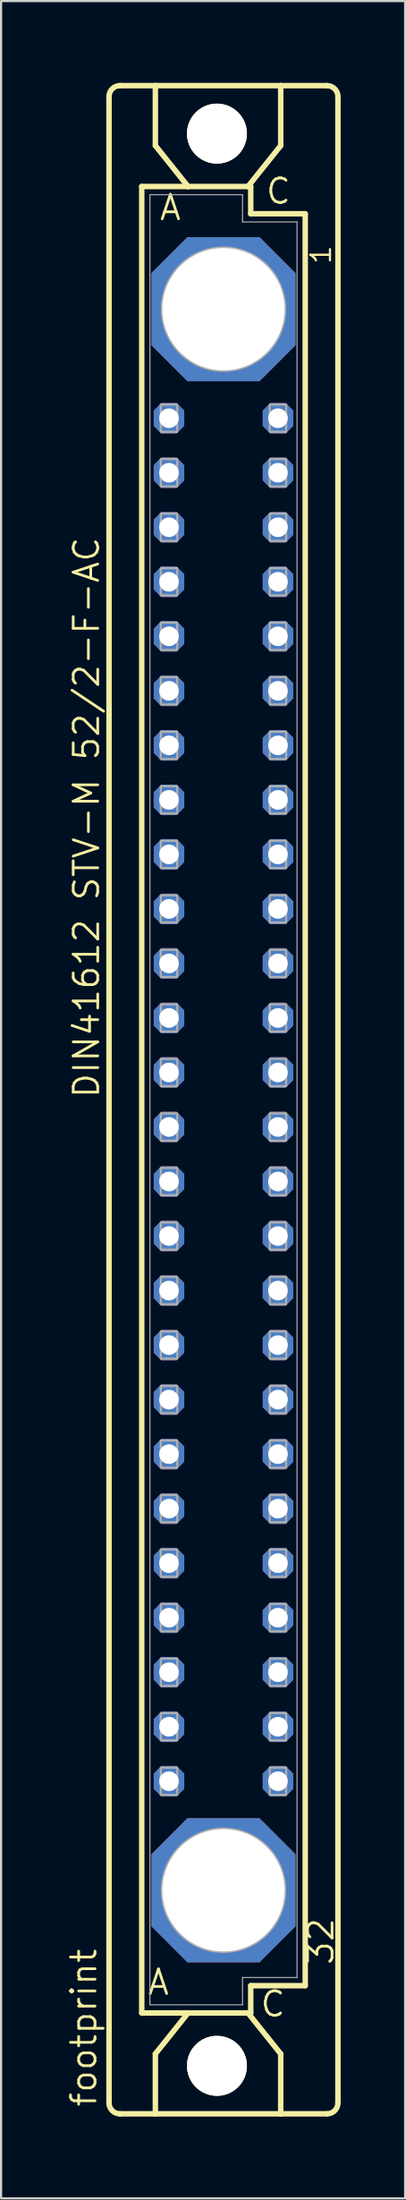
<source format=kicad_pcb>
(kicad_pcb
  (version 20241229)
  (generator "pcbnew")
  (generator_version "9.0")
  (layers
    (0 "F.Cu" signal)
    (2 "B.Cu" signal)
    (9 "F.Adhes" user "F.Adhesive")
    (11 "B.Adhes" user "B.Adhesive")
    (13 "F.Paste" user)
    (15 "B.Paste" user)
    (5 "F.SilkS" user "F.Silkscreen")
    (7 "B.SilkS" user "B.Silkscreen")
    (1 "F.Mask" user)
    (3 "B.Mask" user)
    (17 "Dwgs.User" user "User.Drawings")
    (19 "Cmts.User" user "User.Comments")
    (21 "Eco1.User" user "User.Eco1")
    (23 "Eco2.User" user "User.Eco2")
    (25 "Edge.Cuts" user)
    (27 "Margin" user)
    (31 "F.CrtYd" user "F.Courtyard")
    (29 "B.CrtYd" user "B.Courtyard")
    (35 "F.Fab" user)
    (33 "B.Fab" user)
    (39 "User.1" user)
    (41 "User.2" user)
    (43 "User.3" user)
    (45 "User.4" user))
  (footprint "footprint"
    (layer "F.Cu")
    (at 7.366 48.184)
    (property "Reference" "footprint" (at -5.842 46.99 90) (layer "F.SilkS") (effects (font (size 1.143 1.143) (thickness 0.127)) (justify left bottom)))
    (fp_line (start -5.334 46.736) (end -5.334 -46.736) (stroke (width 0.254) (type solid)) (layer "F.SilkS"))
    (fp_line (start -4.826 -47.244) (end -3.175 -47.244) (stroke (width 0.254) (type solid)) (layer "F.SilkS"))
    (fp_line (start -4.826 47.244) (end -3.175 47.244) (stroke (width 0.254) (type solid)) (layer "F.SilkS"))
    (fp_line (start -3.81 -42.545) (end -3.81 42.545) (stroke (width 0.254) (type solid)) (layer "F.SilkS"))
    (fp_line (start -3.81 42.545) (end -1.651 42.545) (stroke (width 0.254) (type solid)) (layer "F.SilkS"))
    (fp_line (start -3.175 -47.244) (end -3.175 -44.45) (stroke (width 0.254) (type solid)) (layer "F.SilkS"))
    (fp_line (start -3.175 47.244) (end -3.175 44.45) (stroke (width 0.254) (type solid)) (layer "F.SilkS"))
    (fp_line (start -3.175 47.244) (end 2.667 47.244) (stroke (width 0.254) (type solid)) (layer "F.SilkS"))
    (fp_line (start -1.651 -42.545) (end -3.81 -42.545) (stroke (width 0.254) (type solid)) (layer "F.SilkS"))
    (fp_line (start -1.651 -42.545) (end -3.175 -44.45) (stroke (width 0.254) (type solid)) (layer "F.SilkS"))
    (fp_line (start -1.651 42.545) (end -3.175 44.45) (stroke (width 0.254) (type solid)) (layer "F.SilkS"))
    (fp_line (start -1.651 42.545) (end 1.143 42.545) (stroke (width 0.254) (type solid)) (layer "F.SilkS"))
    (fp_line (start 1.143 -42.545) (end -1.651 -42.545) (stroke (width 0.254) (type solid)) (layer "F.SilkS"))
    (fp_line (start 1.143 -42.545) (end 2.667 -44.45) (stroke (width 0.254) (type solid)) (layer "F.SilkS"))
    (fp_line (start 1.143 42.545) (end 1.27 42.545) (stroke (width 0.254) (type solid)) (layer "F.SilkS"))
    (fp_line (start 1.143 42.545) (end 2.667 44.45) (stroke (width 0.254) (type solid)) (layer "F.SilkS"))
    (fp_line (start 1.27 -42.545) (end 1.143 -42.545) (stroke (width 0.254) (type solid)) (layer "F.SilkS"))
    (fp_line (start 1.27 -41.275) (end 1.27 -42.545) (stroke (width 0.254) (type solid)) (layer "F.SilkS"))
    (fp_line (start 1.27 41.275) (end 3.81 41.275) (stroke (width 0.254) (type solid)) (layer "F.SilkS"))
    (fp_line (start 1.27 42.545) (end 1.27 41.275) (stroke (width 0.254) (type solid)) (layer "F.SilkS"))
    (fp_line (start 2.667 -47.244) (end -3.175 -47.244) (stroke (width 0.254) (type solid)) (layer "F.SilkS"))
    (fp_line (start 2.667 -47.244) (end 2.667 -44.45) (stroke (width 0.254) (type solid)) (layer "F.SilkS"))
    (fp_line (start 2.667 47.244) (end 2.667 44.45) (stroke (width 0.254) (type solid)) (layer "F.SilkS"))
    (fp_line (start 2.667 47.244) (end 4.826 47.244) (stroke (width 0.254) (type solid)) (layer "F.SilkS"))
    (fp_line (start 3.81 -41.275) (end 1.27 -41.275) (stroke (width 0.254) (type solid)) (layer "F.SilkS"))
    (fp_line (start 3.81 41.275) (end 3.81 -41.275) (stroke (width 0.254) (type solid)) (layer "F.SilkS"))
    (fp_line (start 4.826 -47.244) (end 2.667 -47.244) (stroke (width 0.254) (type solid)) (layer "F.SilkS"))
    (fp_line (start 5.334 46.736) (end 5.334 -46.736) (stroke (width 0.254) (type solid)) (layer "F.SilkS"))
    (fp_arc (start -5.334 -46.736) (mid -5.18521 -47.09521) (end -4.826 -47.244) (stroke (width 0.254) (type solid)) (layer "F.SilkS"))
    (fp_arc (start -4.826 47.244) (mid -5.18521 47.09521) (end -5.334 46.736) (stroke (width 0.254) (type solid)) (layer "F.SilkS"))
    (fp_arc (start 4.826 -47.244) (mid 5.18521 -47.09521) (end 5.334 -46.736) (stroke (width 0.254) (type solid)) (layer "F.SilkS"))
    (fp_arc (start 5.334 46.736) (mid 5.18521 47.09521) (end 4.826 47.244) (stroke (width 0.254) (type solid)) (layer "F.SilkS"))
    (fp_circle (center -0.305 -45.009) (end 0.965 -45.009) (stroke (width 0.254) (type solid)) (fill no) (layer "F.SilkS"))
    (fp_circle (center -0.305 45.009) (end 0.965 45.009) (stroke (width 0.254) (type solid)) (fill no) (layer "F.SilkS"))
    (fp_line (start -3.429 -42.164) (end -3.429 42.164) (stroke (width 0.051) (type solid)) (layer "F.Fab"))
    (fp_line (start -3.429 -42.164) (end 0.889 -42.164) (stroke (width 0.051) (type solid)) (layer "F.Fab"))
    (fp_line (start -3.429 42.164) (end 0.889 42.164) (stroke (width 0.051) (type solid)) (layer "F.Fab"))
    (fp_line (start 0.889 -42.164) (end 0.889 -40.894) (stroke (width 0.051) (type solid)) (layer "F.Fab"))
    (fp_line (start 0.889 -40.894) (end 3.429 -40.894) (stroke (width 0.051) (type solid)) (layer "F.Fab"))
    (fp_line (start 0.889 40.894) (end 3.429 40.894) (stroke (width 0.051) (type solid)) (layer "F.Fab"))
    (fp_line (start 0.889 42.164) (end 0.889 40.894) (stroke (width 0.051) (type solid)) (layer "F.Fab"))
    (fp_line (start 3.429 -40.894) (end 3.429 40.894) (stroke (width 0.051) (type solid)) (layer "F.Fab"))
    (fp_circle (center 0 -36.83) (end 2.794 -36.83) (stroke (width 0.254) (type solid)) (fill no) (layer "F.Fab"))
    (fp_circle (center 0 36.83) (end 2.794 36.83) (stroke (width 0.254) (type solid)) (fill no) (layer "F.Fab"))
    (fp_poly (pts (xy -2.921 -31.115) (xy -2.159 -31.115) (xy -2.159 -32.385) (xy -2.921 -32.385)) (stroke (width 0.1) (type solid)) (fill no) (layer "F.Fab"))
    (fp_poly (pts (xy -2.921 -28.575) (xy -2.159 -28.575) (xy -2.159 -29.845) (xy -2.921 -29.845)) (stroke (width 0.1) (type solid)) (fill no) (layer "F.Fab"))
    (fp_poly (pts (xy -2.921 -26.035) (xy -2.159 -26.035) (xy -2.159 -27.305) (xy -2.921 -27.305)) (stroke (width 0.1) (type solid)) (fill no) (layer "F.Fab"))
    (fp_poly (pts (xy -2.921 -23.495) (xy -2.159 -23.495) (xy -2.159 -24.765) (xy -2.921 -24.765)) (stroke (width 0.1) (type solid)) (fill no) (layer "F.Fab"))
    (fp_poly (pts (xy -2.921 -20.955) (xy -2.159 -20.955) (xy -2.159 -22.225) (xy -2.921 -22.225)) (stroke (width 0.1) (type solid)) (fill no) (layer "F.Fab"))
    (fp_poly (pts (xy -2.921 -18.415) (xy -2.159 -18.415) (xy -2.159 -19.685) (xy -2.921 -19.685)) (stroke (width 0.1) (type solid)) (fill no) (layer "F.Fab"))
    (fp_poly (pts (xy -2.921 -15.875) (xy -2.159 -15.875) (xy -2.159 -17.145) (xy -2.921 -17.145)) (stroke (width 0.1) (type solid)) (fill no) (layer "F.Fab"))
    (fp_poly (pts (xy -2.921 -13.335) (xy -2.159 -13.335) (xy -2.159 -14.605) (xy -2.921 -14.605)) (stroke (width 0.1) (type solid)) (fill no) (layer "F.Fab"))
    (fp_poly (pts (xy -2.921 -10.795) (xy -2.159 -10.795) (xy -2.159 -12.065) (xy -2.921 -12.065)) (stroke (width 0.1) (type solid)) (fill no) (layer "F.Fab"))
    (fp_poly (pts (xy -2.921 -8.255) (xy -2.159 -8.255) (xy -2.159 -9.525) (xy -2.921 -9.525)) (stroke (width 0.1) (type solid)) (fill no) (layer "F.Fab"))
    (fp_poly (pts (xy -2.921 -5.715) (xy -2.159 -5.715) (xy -2.159 -6.985) (xy -2.921 -6.985)) (stroke (width 0.1) (type solid)) (fill no) (layer "F.Fab"))
    (fp_poly (pts (xy -2.921 -3.175) (xy -2.159 -3.175) (xy -2.159 -4.445) (xy -2.921 -4.445)) (stroke (width 0.1) (type solid)) (fill no) (layer "F.Fab"))
    (fp_poly (pts (xy -2.921 -0.635) (xy -2.159 -0.635) (xy -2.159 -1.905) (xy -2.921 -1.905)) (stroke (width 0.1) (type solid)) (fill no) (layer "F.Fab"))
    (fp_poly (pts (xy -2.921 1.905) (xy -2.159 1.905) (xy -2.159 0.635) (xy -2.921 0.635)) (stroke (width 0.1) (type solid)) (fill no) (layer "F.Fab"))
    (fp_poly (pts (xy -2.921 4.445) (xy -2.159 4.445) (xy -2.159 3.175) (xy -2.921 3.175)) (stroke (width 0.1) (type solid)) (fill no) (layer "F.Fab"))
    (fp_poly (pts (xy -2.921 6.985) (xy -2.159 6.985) (xy -2.159 5.715) (xy -2.921 5.715)) (stroke (width 0.1) (type solid)) (fill no) (layer "F.Fab"))
    (fp_poly (pts (xy -2.921 9.525) (xy -2.159 9.525) (xy -2.159 8.255) (xy -2.921 8.255)) (stroke (width 0.1) (type solid)) (fill no) (layer "F.Fab"))
    (fp_poly (pts (xy -2.921 12.065) (xy -2.159 12.065) (xy -2.159 10.795) (xy -2.921 10.795)) (stroke (width 0.1) (type solid)) (fill no) (layer "F.Fab"))
    (fp_poly (pts (xy -2.921 14.605) (xy -2.159 14.605) (xy -2.159 13.335) (xy -2.921 13.335)) (stroke (width 0.1) (type solid)) (fill no) (layer "F.Fab"))
    (fp_poly (pts (xy -2.921 17.145) (xy -2.159 17.145) (xy -2.159 15.875) (xy -2.921 15.875)) (stroke (width 0.1) (type solid)) (fill no) (layer "F.Fab"))
    (fp_poly (pts (xy -2.921 19.685) (xy -2.159 19.685) (xy -2.159 18.415) (xy -2.921 18.415)) (stroke (width 0.1) (type solid)) (fill no) (layer "F.Fab"))
    (fp_poly (pts (xy -2.921 22.225) (xy -2.159 22.225) (xy -2.159 20.955) (xy -2.921 20.955)) (stroke (width 0.1) (type solid)) (fill no) (layer "F.Fab"))
    (fp_poly (pts (xy -2.921 24.765) (xy -2.159 24.765) (xy -2.159 23.495) (xy -2.921 23.495)) (stroke (width 0.1) (type solid)) (fill no) (layer "F.Fab"))
    (fp_poly (pts (xy -2.921 27.305) (xy -2.159 27.305) (xy -2.159 26.035) (xy -2.921 26.035)) (stroke (width 0.1) (type solid)) (fill no) (layer "F.Fab"))
    (fp_poly (pts (xy -2.921 29.845) (xy -2.159 29.845) (xy -2.159 28.575) (xy -2.921 28.575)) (stroke (width 0.1) (type solid)) (fill no) (layer "F.Fab"))
    (fp_poly (pts (xy -2.921 32.385) (xy -2.159 32.385) (xy -2.159 31.115) (xy -2.921 31.115)) (stroke (width 0.1) (type solid)) (fill no) (layer "F.Fab"))
    (fp_poly (pts (xy 2.159 -31.115) (xy 2.921 -31.115) (xy 2.921 -32.385) (xy 2.159 -32.385)) (stroke (width 0.1) (type solid)) (fill no) (layer "F.Fab"))
    (fp_poly (pts (xy 2.159 -28.575) (xy 2.921 -28.575) (xy 2.921 -29.845) (xy 2.159 -29.845)) (stroke (width 0.1) (type solid)) (fill no) (layer "F.Fab"))
    (fp_poly (pts (xy 2.159 -26.035) (xy 2.921 -26.035) (xy 2.921 -27.305) (xy 2.159 -27.305)) (stroke (width 0.1) (type solid)) (fill no) (layer "F.Fab"))
    (fp_poly (pts (xy 2.159 -23.495) (xy 2.921 -23.495) (xy 2.921 -24.765) (xy 2.159 -24.765)) (stroke (width 0.1) (type solid)) (fill no) (layer "F.Fab"))
    (fp_poly (pts (xy 2.159 -20.955) (xy 2.921 -20.955) (xy 2.921 -22.225) (xy 2.159 -22.225)) (stroke (width 0.1) (type solid)) (fill no) (layer "F.Fab"))
    (fp_poly (pts (xy 2.159 -18.415) (xy 2.921 -18.415) (xy 2.921 -19.685) (xy 2.159 -19.685)) (stroke (width 0.1) (type solid)) (fill no) (layer "F.Fab"))
    (fp_poly (pts (xy 2.159 -15.875) (xy 2.921 -15.875) (xy 2.921 -17.145) (xy 2.159 -17.145)) (stroke (width 0.1) (type solid)) (fill no) (layer "F.Fab"))
    (fp_poly (pts (xy 2.159 -13.335) (xy 2.921 -13.335) (xy 2.921 -14.605) (xy 2.159 -14.605)) (stroke (width 0.1) (type solid)) (fill no) (layer "F.Fab"))
    (fp_poly (pts (xy 2.159 -10.795) (xy 2.921 -10.795) (xy 2.921 -12.065) (xy 2.159 -12.065)) (stroke (width 0.1) (type solid)) (fill no) (layer "F.Fab"))
    (fp_poly (pts (xy 2.159 -8.255) (xy 2.921 -8.255) (xy 2.921 -9.525) (xy 2.159 -9.525)) (stroke (width 0.1) (type solid)) (fill no) (layer "F.Fab"))
    (fp_poly (pts (xy 2.159 -5.715) (xy 2.921 -5.715) (xy 2.921 -6.985) (xy 2.159 -6.985)) (stroke (width 0.1) (type solid)) (fill no) (layer "F.Fab"))
    (fp_poly (pts (xy 2.159 -3.175) (xy 2.921 -3.175) (xy 2.921 -4.445) (xy 2.159 -4.445)) (stroke (width 0.1) (type solid)) (fill no) (layer "F.Fab"))
    (fp_poly (pts (xy 2.159 -0.635) (xy 2.921 -0.635) (xy 2.921 -1.905) (xy 2.159 -1.905)) (stroke (width 0.1) (type solid)) (fill no) (layer "F.Fab"))
    (fp_poly (pts (xy 2.159 1.905) (xy 2.921 1.905) (xy 2.921 0.635) (xy 2.159 0.635)) (stroke (width 0.1) (type solid)) (fill no) (layer "F.Fab"))
    (fp_poly (pts (xy 2.159 4.445) (xy 2.921 4.445) (xy 2.921 3.175) (xy 2.159 3.175)) (stroke (width 0.1) (type solid)) (fill no) (layer "F.Fab"))
    (fp_poly (pts (xy 2.159 6.985) (xy 2.921 6.985) (xy 2.921 5.715) (xy 2.159 5.715)) (stroke (width 0.1) (type solid)) (fill no) (layer "F.Fab"))
    (fp_poly (pts (xy 2.159 9.525) (xy 2.921 9.525) (xy 2.921 8.255) (xy 2.159 8.255)) (stroke (width 0.1) (type solid)) (fill no) (layer "F.Fab"))
    (fp_poly (pts (xy 2.159 12.065) (xy 2.921 12.065) (xy 2.921 10.795) (xy 2.159 10.795)) (stroke (width 0.1) (type solid)) (fill no) (layer "F.Fab"))
    (fp_poly (pts (xy 2.159 14.605) (xy 2.921 14.605) (xy 2.921 13.335) (xy 2.159 13.335)) (stroke (width 0.1) (type solid)) (fill no) (layer "F.Fab"))
    (fp_poly (pts (xy 2.159 17.145) (xy 2.921 17.145) (xy 2.921 15.875) (xy 2.159 15.875)) (stroke (width 0.1) (type solid)) (fill no) (layer "F.Fab"))
    (fp_poly (pts (xy 2.159 19.685) (xy 2.921 19.685) (xy 2.921 18.415) (xy 2.159 18.415)) (stroke (width 0.1) (type solid)) (fill no) (layer "F.Fab"))
    (fp_poly (pts (xy 2.159 22.225) (xy 2.921 22.225) (xy 2.921 20.955) (xy 2.159 20.955)) (stroke (width 0.1) (type solid)) (fill no) (layer "F.Fab"))
    (fp_poly (pts (xy 2.159 24.765) (xy 2.921 24.765) (xy 2.921 23.495) (xy 2.159 23.495)) (stroke (width 0.1) (type solid)) (fill no) (layer "F.Fab"))
    (fp_poly (pts (xy 2.159 27.305) (xy 2.921 27.305) (xy 2.921 26.035) (xy 2.159 26.035)) (stroke (width 0.1) (type solid)) (fill no) (layer "F.Fab"))
    (fp_poly (pts (xy 2.159 29.845) (xy 2.921 29.845) (xy 2.921 28.575) (xy 2.159 28.575)) (stroke (width 0.1) (type solid)) (fill no) (layer "F.Fab"))
    (fp_poly (pts (xy 2.159 32.385) (xy 2.921 32.385) (xy 2.921 31.115) (xy 2.159 31.115)) (stroke (width 0.1) (type solid)) (fill no) (layer "F.Fab"))
    (fp_text user " A " (at -4.475 41.783 0) (layer "F.SilkS") (effects (font (size 1.143 1.143) (thickness 0.127)) (justify left bottom)))
    (fp_text user "1" (at 5.08 -38.862 90) (layer "F.SilkS") (effects (font (size 0.914 0.914) (thickness 0.102)) (justify left bottom)))
    (fp_text user "A" (at -3.048 -40.894 0) (layer "F.SilkS") (effects (font (size 1.143 1.143) (thickness 0.127)) (justify left bottom)))
    (fp_text user "C" (at 1.905 -41.656 0) (layer "F.SilkS") (effects (font (size 1.143 1.143) (thickness 0.127)) (justify left bottom)))
    (fp_text user " C " (at 0.778 42.799 0) (layer "F.SilkS") (effects (font (size 1.143 1.143) (thickness 0.127)) (justify left bottom)))
    (fp_text user "32" (at 5.207 40.386 90) (layer "F.SilkS") (effects (font (size 1.143 1.143) (thickness 0.127)) (justify left bottom)))
    (fp_text user "DIN41612 STV-M 52/2-F-AC" (at -5.715 0 90) (layer "F.SilkS") (effects (font (size 1.143 1.143) (thickness 0.127)) (justify left bottom)))
    (pad "" np_thru_hole circle (at -0.305 -45.009) (size 2.794 2.794) (drill 2.794) (layers "*.Cu" "*.Mask"))
    (pad "" np_thru_hole circle (at -0.305 45.009) (size 2.794 2.794) (drill 2.794) (layers "*.Cu" "*.Mask"))
    (pad "1" thru_hole roundrect (at 0 -36.83) (size 6.716 6.716) (drill 5.7) (layers "*.Cu" "*.Mask") (roundrect_rratio 0.25) (chamfer_ratio 0.25) (chamfer top_left top_right bottom_left bottom_right))
    (pad "2" thru_hole roundrect (at 0 36.83) (size 6.716 6.716) (drill 5.7) (layers "*.Cu" "*.Mask") (roundrect_rratio 0.25) (chamfer_ratio 0.25) (chamfer top_left top_right bottom_left bottom_right))
    (pad "A4" thru_hole roundrect (at -2.54 -31.75) (size 1.422 1.422) (drill 0.914) (layers "*.Cu" "*.Mask") (roundrect_rratio 0.25) (chamfer_ratio 0.25) (chamfer top_left top_right bottom_left bottom_right))
    (pad "A5" thru_hole roundrect (at -2.54 -29.21) (size 1.422 1.422) (drill 0.914) (layers "*.Cu" "*.Mask") (roundrect_rratio 0.25) (chamfer_ratio 0.25) (chamfer top_left top_right bottom_left bottom_right))
    (pad "A6" thru_hole roundrect (at -2.54 -26.67) (size 1.422 1.422) (drill 0.914) (layers "*.Cu" "*.Mask") (roundrect_rratio 0.25) (chamfer_ratio 0.25) (chamfer top_left top_right bottom_left bottom_right))
    (pad "A7" thru_hole roundrect (at -2.54 -24.13) (size 1.422 1.422) (drill 0.914) (layers "*.Cu" "*.Mask") (roundrect_rratio 0.25) (chamfer_ratio 0.25) (chamfer top_left top_right bottom_left bottom_right))
    (pad "A8" thru_hole roundrect (at -2.54 -21.59) (size 1.422 1.422) (drill 0.914) (layers "*.Cu" "*.Mask") (roundrect_rratio 0.25) (chamfer_ratio 0.25) (chamfer top_left top_right bottom_left bottom_right))
    (pad "A9" thru_hole roundrect (at -2.54 -19.05) (size 1.422 1.422) (drill 0.914) (layers "*.Cu" "*.Mask") (roundrect_rratio 0.25) (chamfer_ratio 0.25) (chamfer top_left top_right bottom_left bottom_right))
    (pad "A10" thru_hole roundrect (at -2.54 -16.51) (size 1.422 1.422) (drill 0.914) (layers "*.Cu" "*.Mask") (roundrect_rratio 0.25) (chamfer_ratio 0.25) (chamfer top_left top_right bottom_left bottom_right))
    (pad "A11" thru_hole roundrect (at -2.54 -13.97) (size 1.422 1.422) (drill 0.914) (layers "*.Cu" "*.Mask") (roundrect_rratio 0.25) (chamfer_ratio 0.25) (chamfer top_left top_right bottom_left bottom_right))
    (pad "A12" thru_hole roundrect (at -2.54 -11.43) (size 1.422 1.422) (drill 0.914) (layers "*.Cu" "*.Mask") (roundrect_rratio 0.25) (chamfer_ratio 0.25) (chamfer top_left top_right bottom_left bottom_right))
    (pad "A13" thru_hole roundrect (at -2.54 -8.89) (size 1.422 1.422) (drill 0.914) (layers "*.Cu" "*.Mask") (roundrect_rratio 0.25) (chamfer_ratio 0.25) (chamfer top_left top_right bottom_left bottom_right))
    (pad "A14" thru_hole roundrect (at -2.54 -6.35) (size 1.422 1.422) (drill 0.914) (layers "*.Cu" "*.Mask") (roundrect_rratio 0.25) (chamfer_ratio 0.25) (chamfer top_left top_right bottom_left bottom_right))
    (pad "A15" thru_hole roundrect (at -2.54 -3.81) (size 1.422 1.422) (drill 0.914) (layers "*.Cu" "*.Mask") (roundrect_rratio 0.25) (chamfer_ratio 0.25) (chamfer top_left top_right bottom_left bottom_right))
    (pad "A16" thru_hole roundrect (at -2.54 -1.27) (size 1.422 1.422) (drill 0.914) (layers "*.Cu" "*.Mask") (roundrect_rratio 0.25) (chamfer_ratio 0.25) (chamfer top_left top_right bottom_left bottom_right))
    (pad "A17" thru_hole roundrect (at -2.54 1.27) (size 1.422 1.422) (drill 0.914) (layers "*.Cu" "*.Mask") (roundrect_rratio 0.25) (chamfer_ratio 0.25) (chamfer top_left top_right bottom_left bottom_right))
    (pad "A18" thru_hole roundrect (at -2.54 3.81) (size 1.422 1.422) (drill 0.914) (layers "*.Cu" "*.Mask") (roundrect_rratio 0.25) (chamfer_ratio 0.25) (chamfer top_left top_right bottom_left bottom_right))
    (pad "A19" thru_hole roundrect (at -2.54 6.35) (size 1.422 1.422) (drill 0.914) (layers "*.Cu" "*.Mask") (roundrect_rratio 0.25) (chamfer_ratio 0.25) (chamfer top_left top_right bottom_left bottom_right))
    (pad "A20" thru_hole roundrect (at -2.54 8.89) (size 1.422 1.422) (drill 0.914) (layers "*.Cu" "*.Mask") (roundrect_rratio 0.25) (chamfer_ratio 0.25) (chamfer top_left top_right bottom_left bottom_right))
    (pad "A21" thru_hole roundrect (at -2.54 11.43) (size 1.422 1.422) (drill 0.914) (layers "*.Cu" "*.Mask") (roundrect_rratio 0.25) (chamfer_ratio 0.25) (chamfer top_left top_right bottom_left bottom_right))
    (pad "A22" thru_hole roundrect (at -2.54 13.97) (size 1.422 1.422) (drill 0.914) (layers "*.Cu" "*.Mask") (roundrect_rratio 0.25) (chamfer_ratio 0.25) (chamfer top_left top_right bottom_left bottom_right))
    (pad "A23" thru_hole roundrect (at -2.54 16.51) (size 1.422 1.422) (drill 0.914) (layers "*.Cu" "*.Mask") (roundrect_rratio 0.25) (chamfer_ratio 0.25) (chamfer top_left top_right bottom_left bottom_right))
    (pad "A24" thru_hole roundrect (at -2.54 19.05) (size 1.422 1.422) (drill 0.914) (layers "*.Cu" "*.Mask") (roundrect_rratio 0.25) (chamfer_ratio 0.25) (chamfer top_left top_right bottom_left bottom_right))
    (pad "A25" thru_hole roundrect (at -2.54 21.59) (size 1.422 1.422) (drill 0.914) (layers "*.Cu" "*.Mask") (roundrect_rratio 0.25) (chamfer_ratio 0.25) (chamfer top_left top_right bottom_left bottom_right))
    (pad "A26" thru_hole roundrect (at -2.54 24.13) (size 1.422 1.422) (drill 0.914) (layers "*.Cu" "*.Mask") (roundrect_rratio 0.25) (chamfer_ratio 0.25) (chamfer top_left top_right bottom_left bottom_right))
    (pad "A27" thru_hole roundrect (at -2.54 26.67) (size 1.422 1.422) (drill 0.914) (layers "*.Cu" "*.Mask") (roundrect_rratio 0.25) (chamfer_ratio 0.25) (chamfer top_left top_right bottom_left bottom_right))
    (pad "A28" thru_hole roundrect (at -2.54 29.21) (size 1.422 1.422) (drill 0.914) (layers "*.Cu" "*.Mask") (roundrect_rratio 0.25) (chamfer_ratio 0.25) (chamfer top_left top_right bottom_left bottom_right))
    (pad "A29" thru_hole roundrect (at -2.54 31.75) (size 1.422 1.422) (drill 0.914) (layers "*.Cu" "*.Mask") (roundrect_rratio 0.25) (chamfer_ratio 0.25) (chamfer top_left top_right bottom_left bottom_right))
    (pad "C4" thru_hole roundrect (at 2.54 -31.75) (size 1.422 1.422) (drill 0.914) (layers "*.Cu" "*.Mask") (roundrect_rratio 0.25) (chamfer_ratio 0.25) (chamfer top_left top_right bottom_left bottom_right))
    (pad "C5" thru_hole roundrect (at 2.54 -29.21) (size 1.422 1.422) (drill 0.914) (layers "*.Cu" "*.Mask") (roundrect_rratio 0.25) (chamfer_ratio 0.25) (chamfer top_left top_right bottom_left bottom_right))
    (pad "C6" thru_hole roundrect (at 2.54 -26.67) (size 1.422 1.422) (drill 0.914) (layers "*.Cu" "*.Mask") (roundrect_rratio 0.25) (chamfer_ratio 0.25) (chamfer top_left top_right bottom_left bottom_right))
    (pad "C7" thru_hole roundrect (at 2.54 -24.13) (size 1.422 1.422) (drill 0.914) (layers "*.Cu" "*.Mask") (roundrect_rratio 0.25) (chamfer_ratio 0.25) (chamfer top_left top_right bottom_left bottom_right))
    (pad "C8" thru_hole roundrect (at 2.54 -21.59) (size 1.422 1.422) (drill 0.914) (layers "*.Cu" "*.Mask") (roundrect_rratio 0.25) (chamfer_ratio 0.25) (chamfer top_left top_right bottom_left bottom_right))
    (pad "C9" thru_hole roundrect (at 2.54 -19.05) (size 1.422 1.422) (drill 0.914) (layers "*.Cu" "*.Mask") (roundrect_rratio 0.25) (chamfer_ratio 0.25) (chamfer top_left top_right bottom_left bottom_right))
    (pad "C10" thru_hole roundrect (at 2.54 -16.51) (size 1.422 1.422) (drill 0.914) (layers "*.Cu" "*.Mask") (roundrect_rratio 0.25) (chamfer_ratio 0.25) (chamfer top_left top_right bottom_left bottom_right))
    (pad "C11" thru_hole roundrect (at 2.54 -13.97) (size 1.422 1.422) (drill 0.914) (layers "*.Cu" "*.Mask") (roundrect_rratio 0.25) (chamfer_ratio 0.25) (chamfer top_left top_right bottom_left bottom_right))
    (pad "C12" thru_hole roundrect (at 2.54 -11.43) (size 1.422 1.422) (drill 0.914) (layers "*.Cu" "*.Mask") (roundrect_rratio 0.25) (chamfer_ratio 0.25) (chamfer top_left top_right bottom_left bottom_right))
    (pad "C13" thru_hole roundrect (at 2.54 -8.89) (size 1.422 1.422) (drill 0.914) (layers "*.Cu" "*.Mask") (roundrect_rratio 0.25) (chamfer_ratio 0.25) (chamfer top_left top_right bottom_left bottom_right))
    (pad "C14" thru_hole roundrect (at 2.54 -6.35) (size 1.422 1.422) (drill 0.914) (layers "*.Cu" "*.Mask") (roundrect_rratio 0.25) (chamfer_ratio 0.25) (chamfer top_left top_right bottom_left bottom_right))
    (pad "C15" thru_hole roundrect (at 2.54 -3.81) (size 1.422 1.422) (drill 0.914) (layers "*.Cu" "*.Mask") (roundrect_rratio 0.25) (chamfer_ratio 0.25) (chamfer top_left top_right bottom_left bottom_right))
    (pad "C16" thru_hole roundrect (at 2.54 -1.27) (size 1.422 1.422) (drill 0.914) (layers "*.Cu" "*.Mask") (roundrect_rratio 0.25) (chamfer_ratio 0.25) (chamfer top_left top_right bottom_left bottom_right))
    (pad "C17" thru_hole roundrect (at 2.54 1.27) (size 1.422 1.422) (drill 0.914) (layers "*.Cu" "*.Mask") (roundrect_rratio 0.25) (chamfer_ratio 0.25) (chamfer top_left top_right bottom_left bottom_right))
    (pad "C18" thru_hole roundrect (at 2.54 3.81) (size 1.422 1.422) (drill 0.914) (layers "*.Cu" "*.Mask") (roundrect_rratio 0.25) (chamfer_ratio 0.25) (chamfer top_left top_right bottom_left bottom_right))
    (pad "C19" thru_hole roundrect (at 2.54 6.35) (size 1.422 1.422) (drill 0.914) (layers "*.Cu" "*.Mask") (roundrect_rratio 0.25) (chamfer_ratio 0.25) (chamfer top_left top_right bottom_left bottom_right))
    (pad "C20" thru_hole roundrect (at 2.54 8.89) (size 1.422 1.422) (drill 0.914) (layers "*.Cu" "*.Mask") (roundrect_rratio 0.25) (chamfer_ratio 0.25) (chamfer top_left top_right bottom_left bottom_right))
    (pad "C21" thru_hole roundrect (at 2.54 11.43) (size 1.422 1.422) (drill 0.914) (layers "*.Cu" "*.Mask") (roundrect_rratio 0.25) (chamfer_ratio 0.25) (chamfer top_left top_right bottom_left bottom_right))
    (pad "C22" thru_hole roundrect (at 2.54 13.97) (size 1.422 1.422) (drill 0.914) (layers "*.Cu" "*.Mask") (roundrect_rratio 0.25) (chamfer_ratio 0.25) (chamfer top_left top_right bottom_left bottom_right))
    (pad "C23" thru_hole roundrect (at 2.54 16.51) (size 1.422 1.422) (drill 0.914) (layers "*.Cu" "*.Mask") (roundrect_rratio 0.25) (chamfer_ratio 0.25) (chamfer top_left top_right bottom_left bottom_right))
    (pad "C24" thru_hole roundrect (at 2.54 19.05) (size 1.422 1.422) (drill 0.914) (layers "*.Cu" "*.Mask") (roundrect_rratio 0.25) (chamfer_ratio 0.25) (chamfer top_left top_right bottom_left bottom_right))
    (pad "C25" thru_hole roundrect (at 2.54 21.59) (size 1.422 1.422) (drill 0.914) (layers "*.Cu" "*.Mask") (roundrect_rratio 0.25) (chamfer_ratio 0.25) (chamfer top_left top_right bottom_left bottom_right))
    (pad "C26" thru_hole roundrect (at 2.54 24.13) (size 1.422 1.422) (drill 0.914) (layers "*.Cu" "*.Mask") (roundrect_rratio 0.25) (chamfer_ratio 0.25) (chamfer top_left top_right bottom_left bottom_right))
    (pad "C27" thru_hole roundrect (at 2.54 26.67) (size 1.422 1.422) (drill 0.914) (layers "*.Cu" "*.Mask") (roundrect_rratio 0.25) (chamfer_ratio 0.25) (chamfer top_left top_right bottom_left bottom_right))
    (pad "C28" thru_hole roundrect (at 2.54 29.21) (size 1.422 1.422) (drill 0.914) (layers "*.Cu" "*.Mask") (roundrect_rratio 0.25) (chamfer_ratio 0.25) (chamfer top_left top_right bottom_left bottom_right))
    (pad "C29" thru_hole roundrect (at 2.54 31.75) (size 1.422 1.422) (drill 0.914) (layers "*.Cu" "*.Mask") (roundrect_rratio 0.25) (chamfer_ratio 0.25) (chamfer top_left top_right bottom_left bottom_right))
    (zone (net_name "") (layers "F.Cu" "B.Cu") (hatch edge 0.508) (connect_pads) (min_thickness 0.254) (filled_areas_thickness no) (keepout (tracks allowed) (vias not_allowed) (pads allowed) (copperpour allowed) (footprints allowed)) (placement (enabled no)) (fill) (polygon (pts (xy 10.236 3.175) (xy 10.188 2.624) (xy 10.045 2.089) (xy 9.811 1.587) (xy 9.493 1.134) (xy 9.102 0.743) (xy 8.649 0.425) (xy 8.147 0.191) (xy 7.613 0.048) (xy 7.061 0) (xy 6.51 0.048) (xy 5.975 0.191) (xy 5.474 0.425) (xy 5.02 0.743) (xy 4.629 1.134) (xy 4.312 1.587) (xy 4.078 2.089) (xy 3.934 2.624) (xy 3.886 3.175) (xy 3.934 3.726) (xy 4.078 4.261) (xy 4.312 4.763) (xy 4.629 5.216) (xy 5.02 5.607) (xy 5.474 5.925) (xy 5.975 6.159) (xy 6.51 6.302) (xy 7.061 6.35) (xy 7.613 6.302) (xy 8.147 6.159) (xy 8.649 5.925) (xy 9.102 5.607) (xy 9.493 5.216) (xy 9.811 4.763) (xy 10.045 4.261) (xy 10.188 3.726))) (polygon (pts (xy 8.458 3.175) (xy 8.437 2.932) (xy 8.374 2.697) (xy 8.271 2.477) (xy 8.131 2.277) (xy 7.959 2.105) (xy 7.76 1.965) (xy 7.539 1.862) (xy 7.304 1.799) (xy 7.061 1.778) (xy 6.819 1.799) (xy 6.583 1.862) (xy 6.363 1.965) (xy 6.163 2.105) (xy 5.991 2.277) (xy 5.851 2.477) (xy 5.748 2.697) (xy 5.685 2.932) (xy 5.664 3.175) (xy 5.685 3.418) (xy 5.748 3.653) (xy 5.851 3.873) (xy 5.991 4.073) (xy 6.163 4.245) (xy 6.363 4.385) (xy 6.583 4.488) (xy 6.819 4.551) (xy 7.061 4.572) (xy 7.304 4.551) (xy 7.539 4.488) (xy 7.76 4.385) (xy 7.959 4.245) (xy 8.131 4.073) (xy 8.271 3.873) (xy 8.374 3.653) (xy 8.437 3.418))))
    (zone (net_name "") (layers "F.Cu" "B.Cu") (hatch edge 0.508) (connect_pads) (min_thickness 0.254) (filled_areas_thickness no) (keepout (tracks allowed) (vias not_allowed) (pads allowed) (copperpour allowed) (footprints allowed)) (placement (enabled no)) (fill) (polygon (pts (xy 10.236 93.193) (xy 10.188 92.641) (xy 10.045 92.107) (xy 9.811 91.605) (xy 9.493 91.152) (xy 9.102 90.76) (xy 8.649 90.443) (xy 8.147 90.209) (xy 7.613 90.066) (xy 7.061 90.018) (xy 6.51 90.066) (xy 5.975 90.209) (xy 5.474 90.443) (xy 5.02 90.76) (xy 4.629 91.152) (xy 4.312 91.605) (xy 4.078 92.107) (xy 3.934 92.641) (xy 3.886 93.193) (xy 3.934 93.744) (xy 4.078 94.279) (xy 4.312 94.78) (xy 4.629 95.233) (xy 5.02 95.625) (xy 5.474 95.942) (xy 5.975 96.176) (xy 6.51 96.319) (xy 7.061 96.368) (xy 7.613 96.319) (xy 8.147 96.176) (xy 8.649 95.942) (xy 9.102 95.625) (xy 9.493 95.233) (xy 9.811 94.78) (xy 10.045 94.279) (xy 10.188 93.744))) (polygon (pts (xy 8.458 93.193) (xy 8.437 92.95) (xy 8.374 92.715) (xy 8.271 92.494) (xy 8.131 92.295) (xy 7.959 92.122) (xy 7.76 91.983) (xy 7.539 91.88) (xy 7.304 91.817) (xy 7.061 91.796) (xy 6.819 91.817) (xy 6.583 91.88) (xy 6.363 91.983) (xy 6.163 92.122) (xy 5.991 92.295) (xy 5.851 92.494) (xy 5.748 92.715) (xy 5.685 92.95) (xy 5.664 93.193) (xy 5.685 93.435) (xy 5.748 93.67) (xy 5.851 93.891) (xy 5.991 94.091) (xy 6.163 94.263) (xy 6.363 94.402) (xy 6.583 94.505) (xy 6.819 94.568) (xy 7.061 94.59) (xy 7.304 94.568) (xy 7.539 94.505) (xy 7.76 94.402) (xy 7.959 94.263) (xy 8.131 94.091) (xy 8.271 93.891) (xy 8.374 93.67) (xy 8.437 93.435))))
    (zone (net_name "") (layer "B.Cu") (hatch edge 0.508) (connect_pads) (min_thickness 0.254) (filled_areas_thickness no) (keepout (tracks not_allowed) (vias not_allowed) (pads not_allowed) (copperpour not_allowed) (footprints allowed)) (placement (enabled no)) (fill) (polygon (pts (xy 10.236 3.175) (xy 10.188 2.624) (xy 10.045 2.089) (xy 9.811 1.587) (xy 9.493 1.134) (xy 9.102 0.743) (xy 8.649 0.425) (xy 8.147 0.191) (xy 7.613 0.048) (xy 7.061 0) (xy 6.51 0.048) (xy 5.975 0.191) (xy 5.474 0.425) (xy 5.02 0.743) (xy 4.629 1.134) (xy 4.312 1.587) (xy 4.078 2.089) (xy 3.934 2.624) (xy 3.886 3.175) (xy 3.934 3.726) (xy 4.078 4.261) (xy 4.312 4.763) (xy 4.629 5.216) (xy 5.02 5.607) (xy 5.474 5.925) (xy 5.975 6.159) (xy 6.51 6.302) (xy 7.061 6.35) (xy 7.613 6.302) (xy 8.147 6.159) (xy 8.649 5.925) (xy 9.102 5.607) (xy 9.493 5.216) (xy 9.811 4.763) (xy 10.045 4.261) (xy 10.188 3.726))) (polygon (pts (xy 8.458 3.175) (xy 8.437 2.932) (xy 8.374 2.697) (xy 8.271 2.477) (xy 8.131 2.277) (xy 7.959 2.105) (xy 7.76 1.965) (xy 7.539 1.862) (xy 7.304 1.799) (xy 7.061 1.778) (xy 6.819 1.799) (xy 6.583 1.862) (xy 6.363 1.965) (xy 6.163 2.105) (xy 5.991 2.277) (xy 5.851 2.477) (xy 5.748 2.697) (xy 5.685 2.932) (xy 5.664 3.175) (xy 5.685 3.418) (xy 5.748 3.653) (xy 5.851 3.873) (xy 5.991 4.073) (xy 6.163 4.245) (xy 6.363 4.385) (xy 6.583 4.488) (xy 6.819 4.551) (xy 7.061 4.572) (xy 7.304 4.551) (xy 7.539 4.488) (xy 7.76 4.385) (xy 7.959 4.245) (xy 8.131 4.073) (xy 8.271 3.873) (xy 8.374 3.653) (xy 8.437 3.418))))
    (zone (net_name "") (layer "B.Cu") (hatch edge 0.508) (connect_pads) (min_thickness 0.254) (filled_areas_thickness no) (keepout (tracks not_allowed) (vias not_allowed) (pads not_allowed) (copperpour not_allowed) (footprints allowed)) (placement (enabled no)) (fill) (polygon (pts (xy 10.236 93.193) (xy 10.188 92.641) (xy 10.045 92.107) (xy 9.811 91.605) (xy 9.493 91.152) (xy 9.102 90.76) (xy 8.649 90.443) (xy 8.147 90.209) (xy 7.613 90.066) (xy 7.061 90.018) (xy 6.51 90.066) (xy 5.975 90.209) (xy 5.474 90.443) (xy 5.02 90.76) (xy 4.629 91.152) (xy 4.312 91.605) (xy 4.078 92.107) (xy 3.934 92.641) (xy 3.886 93.193) (xy 3.934 93.744) (xy 4.078 94.279) (xy 4.312 94.78) (xy 4.629 95.233) (xy 5.02 95.625) (xy 5.474 95.942) (xy 5.975 96.176) (xy 6.51 96.319) (xy 7.061 96.368) (xy 7.613 96.319) (xy 8.147 96.176) (xy 8.649 95.942) (xy 9.102 95.625) (xy 9.493 95.233) (xy 9.811 94.78) (xy 10.045 94.279) (xy 10.188 93.744))) (polygon (pts (xy 8.458 93.193) (xy 8.437 92.95) (xy 8.374 92.715) (xy 8.271 92.494) (xy 8.131 92.295) (xy 7.959 92.122) (xy 7.76 91.983) (xy 7.539 91.88) (xy 7.304 91.817) (xy 7.061 91.796) (xy 6.819 91.817) (xy 6.583 91.88) (xy 6.363 91.983) (xy 6.163 92.122) (xy 5.991 92.295) (xy 5.851 92.494) (xy 5.748 92.715) (xy 5.685 92.95) (xy 5.664 93.193) (xy 5.685 93.435) (xy 5.748 93.67) (xy 5.851 93.891) (xy 5.991 94.091) (xy 6.163 94.263) (xy 6.363 94.402) (xy 6.583 94.505) (xy 6.819 94.568) (xy 7.061 94.59) (xy 7.304 94.568) (xy 7.539 94.505) (xy 7.76 94.402) (xy 7.959 94.263) (xy 8.131 94.091) (xy 8.271 93.891) (xy 8.374 93.67) (xy 8.437 93.435)))))
  (gr_rect
    (start -3 -3)
    (end 15.832 99.368)
    (stroke (width 0.1) (type default))
    (fill no)
    (layer "Edge.Cuts")))
</source>
